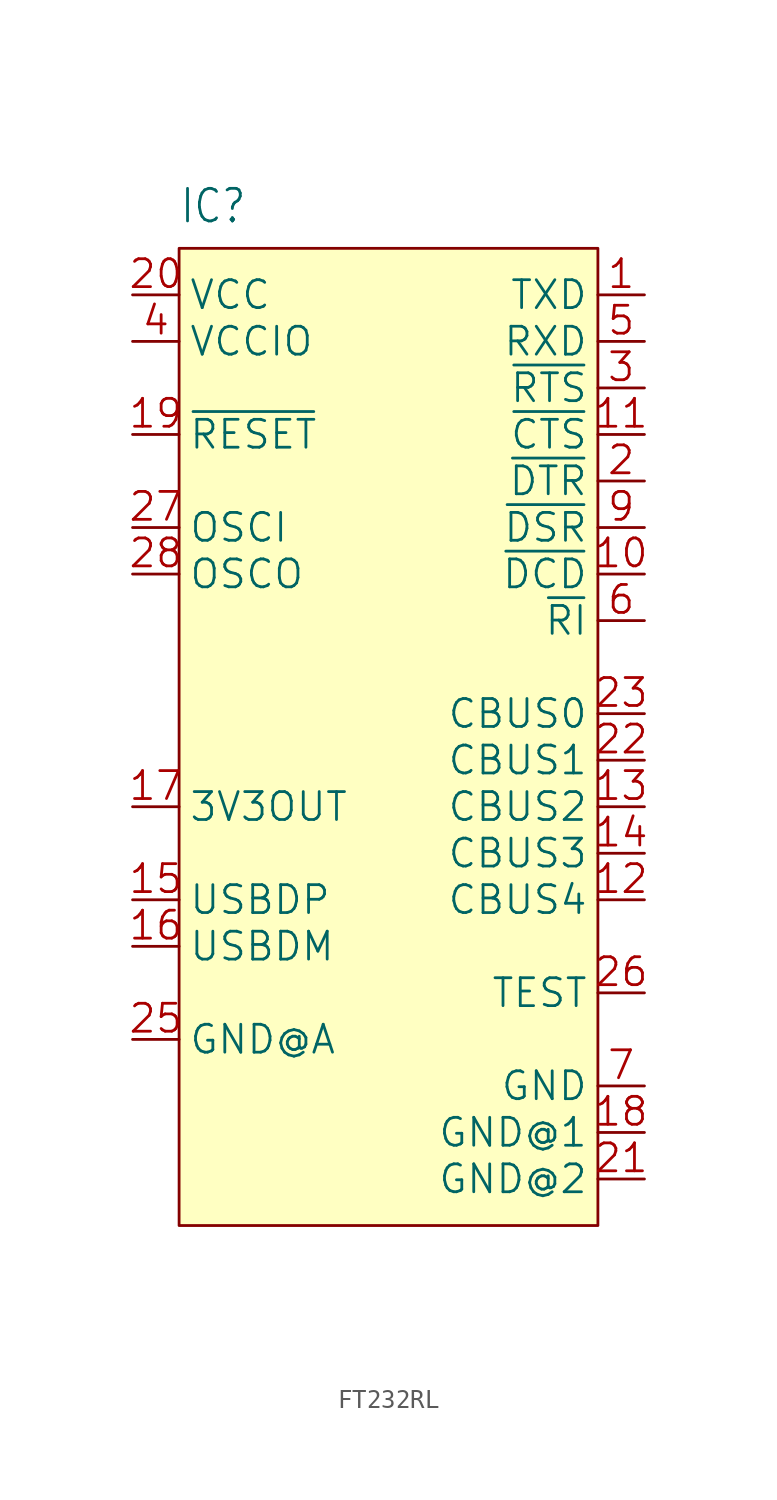
<source format=kicad_sym>
(kicad_symbol_lib
  (version 20241209)
  (generator "kicad_symbol_editor")
  (generator_version "9.0")
  (symbol "FT232RL"
    (property "Reference" "IC"
      (at -10.16 26.67 0)
      (effects (font (size 1.778 1.511)) (justify left bottom)))
    (property "Value" ""
      (at -10.16 -30.48 0)
      (effects (font (size 1.778 1.511)) (justify left bottom)))
    (property "ki_locked" ""
      (at 0 0 0)
      (effects (font (size 1.27 1.27))))
    (symbol "FT232RL_1_0"
      (pin power_in line (at -12.7 22.86 0) (length 2.54) (name "VCC" (effects (font (size 1.524 1.524)))) (number "20" (effects (font (size 1.524 1.524)))))
      (pin power_in line (at -12.7 20.32 0) (length 2.54) (name "VCCIO" (effects (font (size 1.524 1.524)))) (number "4" (effects (font (size 1.524 1.524)))))
      (pin input line (at -12.7 15.24 0) (length 2.54) (name "~{RESET}" (effects (font (size 1.524 1.524)))) (number "19" (effects (font (size 1.524 1.524)))))
      (pin input line (at -12.7 10.16 0) (length 2.54) (name "OSCI" (effects (font (size 1.524 1.524)))) (number "27" (effects (font (size 1.524 1.524)))))
      (pin output line (at -12.7 7.62 0) (length 2.54) (name "OSCO" (effects (font (size 1.524 1.524)))) (number "28" (effects (font (size 1.524 1.524)))))
      (pin output line (at -12.7 -5.08 0) (length 2.54) (name "3V3OUT" (effects (font (size 1.524 1.524)))) (number "17" (effects (font (size 1.524 1.524)))))
      (pin bidirectional line (at -12.7 -10.16 0) (length 2.54) (name "USBDP" (effects (font (size 1.524 1.524)))) (number "15" (effects (font (size 1.524 1.524)))))
      (pin bidirectional line (at -12.7 -12.7 0) (length 2.54) (name "USBDM" (effects (font (size 1.524 1.524)))) (number "16" (effects (font (size 1.524 1.524)))))
      (pin power_in line (at -12.7 -17.78 0) (length 2.54) (name "GND@A" (effects (font (size 1.524 1.524)))) (number "25" (effects (font (size 1.524 1.524)))))
      (pin output line (at 15.24 22.86 180) (length 2.54) (name "TXD" (effects (font (size 1.524 1.524)))) (number "1" (effects (font (size 1.524 1.524)))))
      (pin input line (at 15.24 20.32 180) (length 2.54) (name "RXD" (effects (font (size 1.524 1.524)))) (number "5" (effects (font (size 1.524 1.524)))))
      (pin output line (at 15.24 17.78 180) (length 2.54) (name "~{RTS}" (effects (font (size 1.524 1.524)))) (number "3" (effects (font (size 1.524 1.524)))))
      (pin input line (at 15.24 15.24 180) (length 2.54) (name "~{CTS}" (effects (font (size 1.524 1.524)))) (number "11" (effects (font (size 1.524 1.524)))))
      (pin output line (at 15.24 12.7 180) (length 2.54) (name "~{DTR}" (effects (font (size 1.524 1.524)))) (number "2" (effects (font (size 1.524 1.524)))))
      (pin input line (at 15.24 10.16 180) (length 2.54) (name "~{DSR}" (effects (font (size 1.524 1.524)))) (number "9" (effects (font (size 1.524 1.524)))))
      (pin input line (at 15.24 7.62 180) (length 2.54) (name "~{DCD}" (effects (font (size 1.524 1.524)))) (number "10" (effects (font (size 1.524 1.524)))))
      (pin input line (at 15.24 5.08 180) (length 2.54) (name "~{RI}" (effects (font (size 1.524 1.524)))) (number "6" (effects (font (size 1.524 1.524)))))
      (pin bidirectional line (at 15.24 0 180) (length 2.54) (name "CBUS0" (effects (font (size 1.524 1.524)))) (number "23" (effects (font (size 1.524 1.524)))))
      (pin bidirectional line (at 15.24 -2.54 180) (length 2.54) (name "CBUS1" (effects (font (size 1.524 1.524)))) (number "22" (effects (font (size 1.524 1.524)))))
      (pin bidirectional line (at 15.24 -5.08 180) (length 2.54) (name "CBUS2" (effects (font (size 1.524 1.524)))) (number "13" (effects (font (size 1.524 1.524)))))
      (pin bidirectional line (at 15.24 -7.62 180) (length 2.54) (name "CBUS3" (effects (font (size 1.524 1.524)))) (number "14" (effects (font (size 1.524 1.524)))))
      (pin bidirectional line (at 15.24 -10.16 180) (length 2.54) (name "CBUS4" (effects (font (size 1.524 1.524)))) (number "12" (effects (font (size 1.524 1.524)))))
      (pin input line (at 15.24 -15.24 180) (length 2.54) (name "TEST" (effects (font (size 1.524 1.524)))) (number "26" (effects (font (size 1.524 1.524)))))
      (pin power_in line (at 15.24 -20.32 180) (length 2.54) (name "GND" (effects (font (size 1.524 1.524)))) (number "7" (effects (font (size 1.524 1.524)))))
      (pin power_in line (at 15.24 -22.86 180) (length 2.54) (name "GND@1" (effects (font (size 1.524 1.524)))) (number "18" (effects (font (size 1.524 1.524)))))
      (pin power_in line (at 15.24 -25.4 180) (length 2.54) (name "GND@2" (effects (font (size 1.524 1.524)))) (number "21" (effects (font (size 1.524 1.524))))))
    (symbol "FT232RL_1_1"
      (rectangle (start -10.16 25.4) (end 12.7 -27.94) (stroke (width 0) (type solid)) (fill (type color) (color 255 255 194 1)))
      (pin no_connect line (at -5.08 -27.94 0) (length 2.54) (hide yes) (name "n.c" (effects (font (size 1.27 1.27)))) (number "24" (effects (font (size 1.27 1.27)))))
      (pin no_connect line (at -5.08 -27.94 0) (length 2.54) (hide yes) (name "n.c" (effects (font (size 1.27 1.27)))) (number "8" (effects (font (size 1.27 1.27))))))))
</source>
